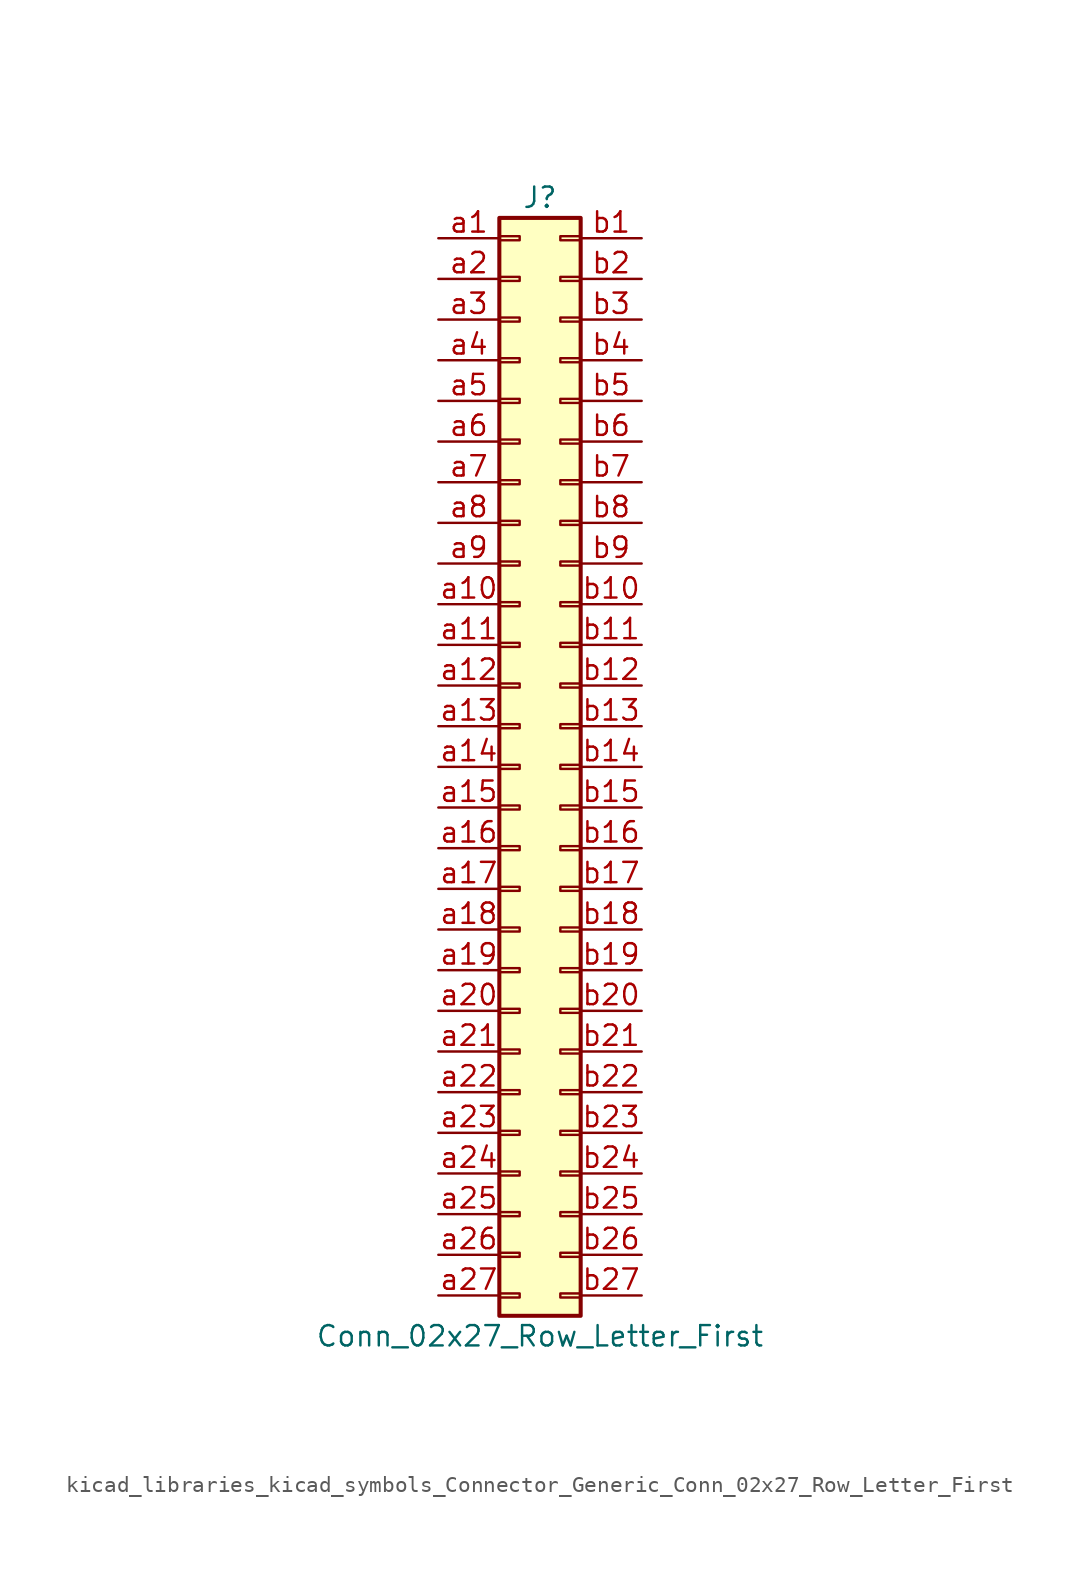
<source format=kicad_sym>
(kicad_symbol_lib
  (version 20220914)
  (generator kicad_symbol_editor)
  (symbol "kicad_libraries_kicad_symbols_Connector_Generic_Conn_02x27_Row_Letter_First"
    (pin_names
      (offset 1.016) hide)
    (property "Reference" "J"
      (at 1.27 35.56 0)
      (effects (font (size 1.27 1.27))))
    (property "Value" "Conn_02x27_Row_Letter_First"
      (at 1.27 -35.56 0)
      (effects (font (size 1.27 1.27))))
    (symbol "kicad_libraries_kicad_symbols_Connector_Generic_Conn_02x27_Row_Letter_First_1_1"
      (rectangle (start -1.27 -32.893) (end 0 -33.147) (stroke (width 0.152) (type default)) (fill (type none)))
      (rectangle (start -1.27 -30.353) (end 0 -30.607) (stroke (width 0.152) (type default)) (fill (type none)))
      (rectangle (start -1.27 -27.813) (end 0 -28.067) (stroke (width 0.152) (type default)) (fill (type none)))
      (rectangle (start -1.27 -25.273) (end 0 -25.527) (stroke (width 0.152) (type default)) (fill (type none)))
      (rectangle (start -1.27 -22.733) (end 0 -22.987) (stroke (width 0.152) (type default)) (fill (type none)))
      (rectangle (start -1.27 -20.193) (end 0 -20.447) (stroke (width 0.152) (type default)) (fill (type none)))
      (rectangle (start -1.27 -17.653) (end 0 -17.907) (stroke (width 0.152) (type default)) (fill (type none)))
      (rectangle (start -1.27 -15.113) (end 0 -15.367) (stroke (width 0.152) (type default)) (fill (type none)))
      (rectangle (start -1.27 -12.573) (end 0 -12.827) (stroke (width 0.152) (type default)) (fill (type none)))
      (rectangle (start -1.27 -10.033) (end 0 -10.287) (stroke (width 0.152) (type default)) (fill (type none)))
      (rectangle (start -1.27 -7.493) (end 0 -7.747) (stroke (width 0.152) (type default)) (fill (type none)))
      (rectangle (start -1.27 -4.953) (end 0 -5.207) (stroke (width 0.152) (type default)) (fill (type none)))
      (rectangle (start -1.27 -2.413) (end 0 -2.667) (stroke (width 0.152) (type default)) (fill (type none)))
      (rectangle (start -1.27 0.127) (end 0 -0.127) (stroke (width 0.152) (type default)) (fill (type none)))
      (rectangle (start -1.27 2.667) (end 0 2.413) (stroke (width 0.152) (type default)) (fill (type none)))
      (rectangle (start -1.27 5.207) (end 0 4.953) (stroke (width 0.152) (type default)) (fill (type none)))
      (rectangle (start -1.27 7.747) (end 0 7.493) (stroke (width 0.152) (type default)) (fill (type none)))
      (rectangle (start -1.27 10.287) (end 0 10.033) (stroke (width 0.152) (type default)) (fill (type none)))
      (rectangle (start -1.27 12.827) (end 0 12.573) (stroke (width 0.152) (type default)) (fill (type none)))
      (rectangle (start -1.27 15.367) (end 0 15.113) (stroke (width 0.152) (type default)) (fill (type none)))
      (rectangle (start -1.27 17.907) (end 0 17.653) (stroke (width 0.152) (type default)) (fill (type none)))
      (rectangle (start -1.27 20.447) (end 0 20.193) (stroke (width 0.152) (type default)) (fill (type none)))
      (rectangle (start -1.27 22.987) (end 0 22.733) (stroke (width 0.152) (type default)) (fill (type none)))
      (rectangle (start -1.27 25.527) (end 0 25.273) (stroke (width 0.152) (type default)) (fill (type none)))
      (rectangle (start -1.27 28.067) (end 0 27.813) (stroke (width 0.152) (type default)) (fill (type none)))
      (rectangle (start -1.27 30.607) (end 0 30.353) (stroke (width 0.152) (type default)) (fill (type none)))
      (rectangle (start -1.27 33.147) (end 0 32.893) (stroke (width 0.152) (type default)) (fill (type none)))
      (rectangle (start -1.27 34.29) (end 3.81 -34.29) (stroke (width 0.254) (type default)) (fill (type background)))
      (rectangle (start 3.81 -32.893) (end 2.54 -33.147) (stroke (width 0.152) (type default)) (fill (type none)))
      (rectangle (start 3.81 -30.353) (end 2.54 -30.607) (stroke (width 0.152) (type default)) (fill (type none)))
      (rectangle (start 3.81 -27.813) (end 2.54 -28.067) (stroke (width 0.152) (type default)) (fill (type none)))
      (rectangle (start 3.81 -25.273) (end 2.54 -25.527) (stroke (width 0.152) (type default)) (fill (type none)))
      (rectangle (start 3.81 -22.733) (end 2.54 -22.987) (stroke (width 0.152) (type default)) (fill (type none)))
      (rectangle (start 3.81 -20.193) (end 2.54 -20.447) (stroke (width 0.152) (type default)) (fill (type none)))
      (rectangle (start 3.81 -17.653) (end 2.54 -17.907) (stroke (width 0.152) (type default)) (fill (type none)))
      (rectangle (start 3.81 -15.113) (end 2.54 -15.367) (stroke (width 0.152) (type default)) (fill (type none)))
      (rectangle (start 3.81 -12.573) (end 2.54 -12.827) (stroke (width 0.152) (type default)) (fill (type none)))
      (rectangle (start 3.81 -10.033) (end 2.54 -10.287) (stroke (width 0.152) (type default)) (fill (type none)))
      (rectangle (start 3.81 -7.493) (end 2.54 -7.747) (stroke (width 0.152) (type default)) (fill (type none)))
      (rectangle (start 3.81 -4.953) (end 2.54 -5.207) (stroke (width 0.152) (type default)) (fill (type none)))
      (rectangle (start 3.81 -2.413) (end 2.54 -2.667) (stroke (width 0.152) (type default)) (fill (type none)))
      (rectangle (start 3.81 0.127) (end 2.54 -0.127) (stroke (width 0.152) (type default)) (fill (type none)))
      (rectangle (start 3.81 2.667) (end 2.54 2.413) (stroke (width 0.152) (type default)) (fill (type none)))
      (rectangle (start 3.81 5.207) (end 2.54 4.953) (stroke (width 0.152) (type default)) (fill (type none)))
      (rectangle (start 3.81 7.747) (end 2.54 7.493) (stroke (width 0.152) (type default)) (fill (type none)))
      (rectangle (start 3.81 10.287) (end 2.54 10.033) (stroke (width 0.152) (type default)) (fill (type none)))
      (rectangle (start 3.81 12.827) (end 2.54 12.573) (stroke (width 0.152) (type default)) (fill (type none)))
      (rectangle (start 3.81 15.367) (end 2.54 15.113) (stroke (width 0.152) (type default)) (fill (type none)))
      (rectangle (start 3.81 17.907) (end 2.54 17.653) (stroke (width 0.152) (type default)) (fill (type none)))
      (rectangle (start 3.81 20.447) (end 2.54 20.193) (stroke (width 0.152) (type default)) (fill (type none)))
      (rectangle (start 3.81 22.987) (end 2.54 22.733) (stroke (width 0.152) (type default)) (fill (type none)))
      (rectangle (start 3.81 25.527) (end 2.54 25.273) (stroke (width 0.152) (type default)) (fill (type none)))
      (rectangle (start 3.81 28.067) (end 2.54 27.813) (stroke (width 0.152) (type default)) (fill (type none)))
      (rectangle (start 3.81 30.607) (end 2.54 30.353) (stroke (width 0.152) (type default)) (fill (type none)))
      (rectangle (start 3.81 33.147) (end 2.54 32.893) (stroke (width 0.152) (type default)) (fill (type none)))
      (pin passive line (at -5.08 33.02 0) (length 3.81) (name "Pin_a1" (effects (font (size 1.27 1.27)))) (number "a1" (effects (font (size 1.27 1.27)))))
      (pin passive line (at -5.08 10.16 0) (length 3.81) (name "Pin_a10" (effects (font (size 1.27 1.27)))) (number "a10" (effects (font (size 1.27 1.27)))))
      (pin passive line (at -5.08 7.62 0) (length 3.81) (name "Pin_a11" (effects (font (size 1.27 1.27)))) (number "a11" (effects (font (size 1.27 1.27)))))
      (pin passive line (at -5.08 5.08 0) (length 3.81) (name "Pin_a12" (effects (font (size 1.27 1.27)))) (number "a12" (effects (font (size 1.27 1.27)))))
      (pin passive line (at -5.08 2.54 0) (length 3.81) (name "Pin_a13" (effects (font (size 1.27 1.27)))) (number "a13" (effects (font (size 1.27 1.27)))))
      (pin passive line (at -5.08 0 0) (length 3.81) (name "Pin_a14" (effects (font (size 1.27 1.27)))) (number "a14" (effects (font (size 1.27 1.27)))))
      (pin passive line (at -5.08 -2.54 0) (length 3.81) (name "Pin_a15" (effects (font (size 1.27 1.27)))) (number "a15" (effects (font (size 1.27 1.27)))))
      (pin passive line (at -5.08 -5.08 0) (length 3.81) (name "Pin_a16" (effects (font (size 1.27 1.27)))) (number "a16" (effects (font (size 1.27 1.27)))))
      (pin passive line (at -5.08 -7.62 0) (length 3.81) (name "Pin_a17" (effects (font (size 1.27 1.27)))) (number "a17" (effects (font (size 1.27 1.27)))))
      (pin passive line (at -5.08 -10.16 0) (length 3.81) (name "Pin_a18" (effects (font (size 1.27 1.27)))) (number "a18" (effects (font (size 1.27 1.27)))))
      (pin passive line (at -5.08 -12.7 0) (length 3.81) (name "Pin_a19" (effects (font (size 1.27 1.27)))) (number "a19" (effects (font (size 1.27 1.27)))))
      (pin passive line (at -5.08 30.48 0) (length 3.81) (name "Pin_a2" (effects (font (size 1.27 1.27)))) (number "a2" (effects (font (size 1.27 1.27)))))
      (pin passive line (at -5.08 -15.24 0) (length 3.81) (name "Pin_a20" (effects (font (size 1.27 1.27)))) (number "a20" (effects (font (size 1.27 1.27)))))
      (pin passive line (at -5.08 -17.78 0) (length 3.81) (name "Pin_a21" (effects (font (size 1.27 1.27)))) (number "a21" (effects (font (size 1.27 1.27)))))
      (pin passive line (at -5.08 -20.32 0) (length 3.81) (name "Pin_a22" (effects (font (size 1.27 1.27)))) (number "a22" (effects (font (size 1.27 1.27)))))
      (pin passive line (at -5.08 -22.86 0) (length 3.81) (name "Pin_a23" (effects (font (size 1.27 1.27)))) (number "a23" (effects (font (size 1.27 1.27)))))
      (pin passive line (at -5.08 -25.4 0) (length 3.81) (name "Pin_a24" (effects (font (size 1.27 1.27)))) (number "a24" (effects (font (size 1.27 1.27)))))
      (pin passive line (at -5.08 -27.94 0) (length 3.81) (name "Pin_a25" (effects (font (size 1.27 1.27)))) (number "a25" (effects (font (size 1.27 1.27)))))
      (pin passive line (at -5.08 -30.48 0) (length 3.81) (name "Pin_a26" (effects (font (size 1.27 1.27)))) (number "a26" (effects (font (size 1.27 1.27)))))
      (pin passive line (at -5.08 -33.02 0) (length 3.81) (name "Pin_a27" (effects (font (size 1.27 1.27)))) (number "a27" (effects (font (size 1.27 1.27)))))
      (pin passive line (at -5.08 27.94 0) (length 3.81) (name "Pin_a3" (effects (font (size 1.27 1.27)))) (number "a3" (effects (font (size 1.27 1.27)))))
      (pin passive line (at -5.08 25.4 0) (length 3.81) (name "Pin_a4" (effects (font (size 1.27 1.27)))) (number "a4" (effects (font (size 1.27 1.27)))))
      (pin passive line (at -5.08 22.86 0) (length 3.81) (name "Pin_a5" (effects (font (size 1.27 1.27)))) (number "a5" (effects (font (size 1.27 1.27)))))
      (pin passive line (at -5.08 20.32 0) (length 3.81) (name "Pin_a6" (effects (font (size 1.27 1.27)))) (number "a6" (effects (font (size 1.27 1.27)))))
      (pin passive line (at -5.08 17.78 0) (length 3.81) (name "Pin_a7" (effects (font (size 1.27 1.27)))) (number "a7" (effects (font (size 1.27 1.27)))))
      (pin passive line (at -5.08 15.24 0) (length 3.81) (name "Pin_a8" (effects (font (size 1.27 1.27)))) (number "a8" (effects (font (size 1.27 1.27)))))
      (pin passive line (at -5.08 12.7 0) (length 3.81) (name "Pin_a9" (effects (font (size 1.27 1.27)))) (number "a9" (effects (font (size 1.27 1.27)))))
      (pin passive line (at 7.62 33.02 180) (length 3.81) (name "Pin_b1" (effects (font (size 1.27 1.27)))) (number "b1" (effects (font (size 1.27 1.27)))))
      (pin passive line (at 7.62 10.16 180) (length 3.81) (name "Pin_b10" (effects (font (size 1.27 1.27)))) (number "b10" (effects (font (size 1.27 1.27)))))
      (pin passive line (at 7.62 7.62 180) (length 3.81) (name "Pin_b11" (effects (font (size 1.27 1.27)))) (number "b11" (effects (font (size 1.27 1.27)))))
      (pin passive line (at 7.62 5.08 180) (length 3.81) (name "Pin_b12" (effects (font (size 1.27 1.27)))) (number "b12" (effects (font (size 1.27 1.27)))))
      (pin passive line (at 7.62 2.54 180) (length 3.81) (name "Pin_b13" (effects (font (size 1.27 1.27)))) (number "b13" (effects (font (size 1.27 1.27)))))
      (pin passive line (at 7.62 0 180) (length 3.81) (name "Pin_b14" (effects (font (size 1.27 1.27)))) (number "b14" (effects (font (size 1.27 1.27)))))
      (pin passive line (at 7.62 -2.54 180) (length 3.81) (name "Pin_b15" (effects (font (size 1.27 1.27)))) (number "b15" (effects (font (size 1.27 1.27)))))
      (pin passive line (at 7.62 -5.08 180) (length 3.81) (name "Pin_b16" (effects (font (size 1.27 1.27)))) (number "b16" (effects (font (size 1.27 1.27)))))
      (pin passive line (at 7.62 -7.62 180) (length 3.81) (name "Pin_b17" (effects (font (size 1.27 1.27)))) (number "b17" (effects (font (size 1.27 1.27)))))
      (pin passive line (at 7.62 -10.16 180) (length 3.81) (name "Pin_b18" (effects (font (size 1.27 1.27)))) (number "b18" (effects (font (size 1.27 1.27)))))
      (pin passive line (at 7.62 -12.7 180) (length 3.81) (name "Pin_b19" (effects (font (size 1.27 1.27)))) (number "b19" (effects (font (size 1.27 1.27)))))
      (pin passive line (at 7.62 30.48 180) (length 3.81) (name "Pin_b2" (effects (font (size 1.27 1.27)))) (number "b2" (effects (font (size 1.27 1.27)))))
      (pin passive line (at 7.62 -15.24 180) (length 3.81) (name "Pin_b20" (effects (font (size 1.27 1.27)))) (number "b20" (effects (font (size 1.27 1.27)))))
      (pin passive line (at 7.62 -17.78 180) (length 3.81) (name "Pin_b21" (effects (font (size 1.27 1.27)))) (number "b21" (effects (font (size 1.27 1.27)))))
      (pin passive line (at 7.62 -20.32 180) (length 3.81) (name "Pin_b22" (effects (font (size 1.27 1.27)))) (number "b22" (effects (font (size 1.27 1.27)))))
      (pin passive line (at 7.62 -22.86 180) (length 3.81) (name "Pin_b23" (effects (font (size 1.27 1.27)))) (number "b23" (effects (font (size 1.27 1.27)))))
      (pin passive line (at 7.62 -25.4 180) (length 3.81) (name "Pin_b24" (effects (font (size 1.27 1.27)))) (number "b24" (effects (font (size 1.27 1.27)))))
      (pin passive line (at 7.62 -27.94 180) (length 3.81) (name "Pin_b25" (effects (font (size 1.27 1.27)))) (number "b25" (effects (font (size 1.27 1.27)))))
      (pin passive line (at 7.62 -30.48 180) (length 3.81) (name "Pin_b26" (effects (font (size 1.27 1.27)))) (number "b26" (effects (font (size 1.27 1.27)))))
      (pin passive line (at 7.62 -33.02 180) (length 3.81) (name "Pin_b27" (effects (font (size 1.27 1.27)))) (number "b27" (effects (font (size 1.27 1.27)))))
      (pin passive line (at 7.62 27.94 180) (length 3.81) (name "Pin_b3" (effects (font (size 1.27 1.27)))) (number "b3" (effects (font (size 1.27 1.27)))))
      (pin passive line (at 7.62 25.4 180) (length 3.81) (name "Pin_b4" (effects (font (size 1.27 1.27)))) (number "b4" (effects (font (size 1.27 1.27)))))
      (pin passive line (at 7.62 22.86 180) (length 3.81) (name "Pin_b5" (effects (font (size 1.27 1.27)))) (number "b5" (effects (font (size 1.27 1.27)))))
      (pin passive line (at 7.62 20.32 180) (length 3.81) (name "Pin_b6" (effects (font (size 1.27 1.27)))) (number "b6" (effects (font (size 1.27 1.27)))))
      (pin passive line (at 7.62 17.78 180) (length 3.81) (name "Pin_b7" (effects (font (size 1.27 1.27)))) (number "b7" (effects (font (size 1.27 1.27)))))
      (pin passive line (at 7.62 15.24 180) (length 3.81) (name "Pin_b8" (effects (font (size 1.27 1.27)))) (number "b8" (effects (font (size 1.27 1.27)))))
      (pin passive line (at 7.62 12.7 180) (length 3.81) (name "Pin_b9" (effects (font (size 1.27 1.27)))) (number "b9" (effects (font (size 1.27 1.27))))))))
</source>
